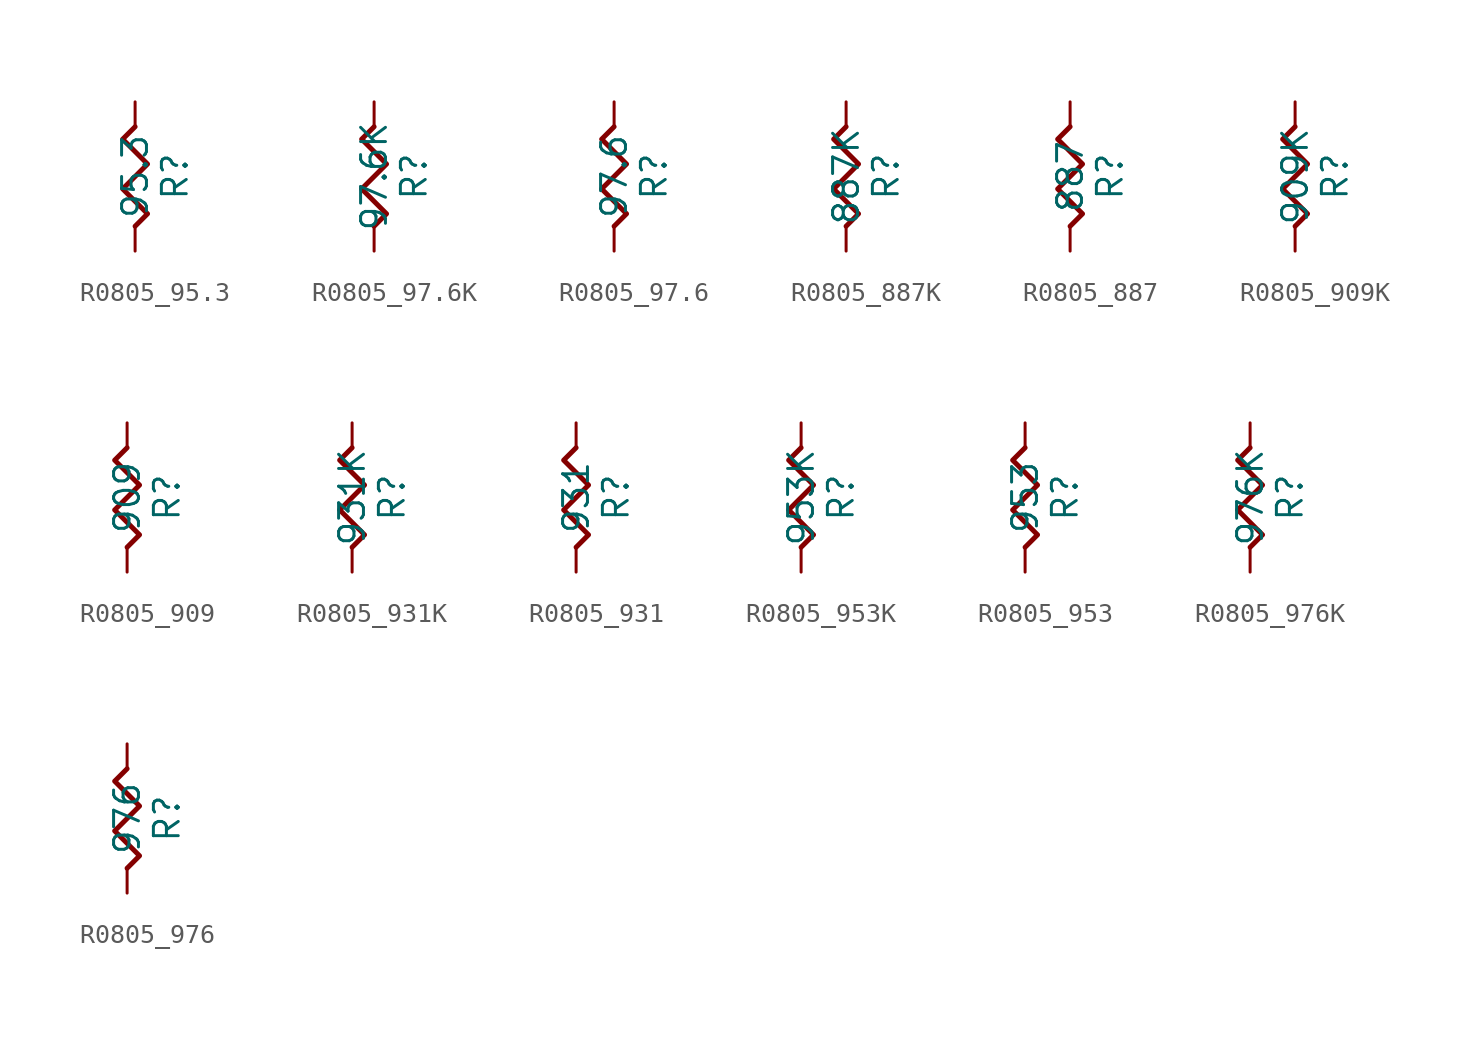
<source format=kicad_sym>
(kicad_symbol_lib
  (version 20211014)
  (generator atlantix-eda)
  (symbol "R0805_95.3"
    (pin_numbers hide)
    (pin_names
      (offset 0))
    (property "Reference" "R"
      (at 2.032 0 90)
      (effects (font (size 1.27 1.27))))
    (property "Value" "95.3"
      (at 0 0 90)
      (effects (font (size 1.27 1.27))))
    (symbol "R0805_95.3_0_1"
      (polyline (pts (xy 0 -2.54) (xy 0.635 -1.905) (xy -0.635 -0.635) (xy 0.635 0.635) (xy -0.635 1.905) (xy 0 2.54)) (stroke (width 0.254) (type default) (color 0 0 0 0)) (fill (type none))))
    (symbol "R0805_95.3_1_1"
      (pin passive line (at 0 3.81 270) (length 1.27) (name "~" (effects (font (size 1.27 1.27)))) (number "1" (effects (font (size 1.27 1.27)))))
      (pin passive line (at 0 -3.81 90) (length 1.27) (name "~" (effects (font (size 1.27 1.27)))) (number "2" (effects (font (size 1.27 1.27)))))))
  (symbol "R0805_97.6K"
    (pin_numbers hide)
    (pin_names
      (offset 0))
    (property "Reference" "R"
      (at 2.032 0 90)
      (effects (font (size 1.27 1.27))))
    (property "Value" "97.6K"
      (at 0 0 90)
      (effects (font (size 1.27 1.27))))
    (symbol "R0805_97.6K_0_1"
      (polyline (pts (xy 0 -2.54) (xy 0.635 -1.905) (xy -0.635 -0.635) (xy 0.635 0.635) (xy -0.635 1.905) (xy 0 2.54)) (stroke (width 0.254) (type default) (color 0 0 0 0)) (fill (type none))))
    (symbol "R0805_97.6K_1_1"
      (pin passive line (at 0 3.81 270) (length 1.27) (name "~" (effects (font (size 1.27 1.27)))) (number "1" (effects (font (size 1.27 1.27)))))
      (pin passive line (at 0 -3.81 90) (length 1.27) (name "~" (effects (font (size 1.27 1.27)))) (number "2" (effects (font (size 1.27 1.27)))))))
  (symbol "R0805_97.6"
    (pin_numbers hide)
    (pin_names
      (offset 0))
    (property "Reference" "R"
      (at 2.032 0 90)
      (effects (font (size 1.27 1.27))))
    (property "Value" "97.6"
      (at 0 0 90)
      (effects (font (size 1.27 1.27))))
    (symbol "R0805_97.6_0_1"
      (polyline (pts (xy 0 -2.54) (xy 0.635 -1.905) (xy -0.635 -0.635) (xy 0.635 0.635) (xy -0.635 1.905) (xy 0 2.54)) (stroke (width 0.254) (type default) (color 0 0 0 0)) (fill (type none))))
    (symbol "R0805_97.6_1_1"
      (pin passive line (at 0 3.81 270) (length 1.27) (name "~" (effects (font (size 1.27 1.27)))) (number "1" (effects (font (size 1.27 1.27)))))
      (pin passive line (at 0 -3.81 90) (length 1.27) (name "~" (effects (font (size 1.27 1.27)))) (number "2" (effects (font (size 1.27 1.27)))))))
  (symbol "R0805_887K"
    (pin_numbers hide)
    (pin_names
      (offset 0))
    (property "Reference" "R"
      (at 2.032 0 90)
      (effects (font (size 1.27 1.27))))
    (property "Value" "887K"
      (at 0 0 90)
      (effects (font (size 1.27 1.27))))
    (symbol "R0805_887K_0_1"
      (polyline (pts (xy 0 -2.54) (xy 0.635 -1.905) (xy -0.635 -0.635) (xy 0.635 0.635) (xy -0.635 1.905) (xy 0 2.54)) (stroke (width 0.254) (type default) (color 0 0 0 0)) (fill (type none))))
    (symbol "R0805_887K_1_1"
      (pin passive line (at 0 3.81 270) (length 1.27) (name "~" (effects (font (size 1.27 1.27)))) (number "1" (effects (font (size 1.27 1.27)))))
      (pin passive line (at 0 -3.81 90) (length 1.27) (name "~" (effects (font (size 1.27 1.27)))) (number "2" (effects (font (size 1.27 1.27)))))))
  (symbol "R0805_887"
    (pin_numbers hide)
    (pin_names
      (offset 0))
    (property "Reference" "R"
      (at 2.032 0 90)
      (effects (font (size 1.27 1.27))))
    (property "Value" "887"
      (at 0 0 90)
      (effects (font (size 1.27 1.27))))
    (symbol "R0805_887_0_1"
      (polyline (pts (xy 0 -2.54) (xy 0.635 -1.905) (xy -0.635 -0.635) (xy 0.635 0.635) (xy -0.635 1.905) (xy 0 2.54)) (stroke (width 0.254) (type default) (color 0 0 0 0)) (fill (type none))))
    (symbol "R0805_887_1_1"
      (pin passive line (at 0 3.81 270) (length 1.27) (name "~" (effects (font (size 1.27 1.27)))) (number "1" (effects (font (size 1.27 1.27)))))
      (pin passive line (at 0 -3.81 90) (length 1.27) (name "~" (effects (font (size 1.27 1.27)))) (number "2" (effects (font (size 1.27 1.27)))))))
  (symbol "R0805_909K"
    (pin_numbers hide)
    (pin_names
      (offset 0))
    (property "Reference" "R"
      (at 2.032 0 90)
      (effects (font (size 1.27 1.27))))
    (property "Value" "909K"
      (at 0 0 90)
      (effects (font (size 1.27 1.27))))
    (symbol "R0805_909K_0_1"
      (polyline (pts (xy 0 -2.54) (xy 0.635 -1.905) (xy -0.635 -0.635) (xy 0.635 0.635) (xy -0.635 1.905) (xy 0 2.54)) (stroke (width 0.254) (type default) (color 0 0 0 0)) (fill (type none))))
    (symbol "R0805_909K_1_1"
      (pin passive line (at 0 3.81 270) (length 1.27) (name "~" (effects (font (size 1.27 1.27)))) (number "1" (effects (font (size 1.27 1.27)))))
      (pin passive line (at 0 -3.81 90) (length 1.27) (name "~" (effects (font (size 1.27 1.27)))) (number "2" (effects (font (size 1.27 1.27)))))))
  (symbol "R0805_909"
    (pin_numbers hide)
    (pin_names
      (offset 0))
    (property "Reference" "R"
      (at 2.032 0 90)
      (effects (font (size 1.27 1.27))))
    (property "Value" "909"
      (at 0 0 90)
      (effects (font (size 1.27 1.27))))
    (symbol "R0805_909_0_1"
      (polyline (pts (xy 0 -2.54) (xy 0.635 -1.905) (xy -0.635 -0.635) (xy 0.635 0.635) (xy -0.635 1.905) (xy 0 2.54)) (stroke (width 0.254) (type default) (color 0 0 0 0)) (fill (type none))))
    (symbol "R0805_909_1_1"
      (pin passive line (at 0 3.81 270) (length 1.27) (name "~" (effects (font (size 1.27 1.27)))) (number "1" (effects (font (size 1.27 1.27)))))
      (pin passive line (at 0 -3.81 90) (length 1.27) (name "~" (effects (font (size 1.27 1.27)))) (number "2" (effects (font (size 1.27 1.27)))))))
  (symbol "R0805_931K"
    (pin_numbers hide)
    (pin_names
      (offset 0))
    (property "Reference" "R"
      (at 2.032 0 90)
      (effects (font (size 1.27 1.27))))
    (property "Value" "931K"
      (at 0 0 90)
      (effects (font (size 1.27 1.27))))
    (symbol "R0805_931K_0_1"
      (polyline (pts (xy 0 -2.54) (xy 0.635 -1.905) (xy -0.635 -0.635) (xy 0.635 0.635) (xy -0.635 1.905) (xy 0 2.54)) (stroke (width 0.254) (type default) (color 0 0 0 0)) (fill (type none))))
    (symbol "R0805_931K_1_1"
      (pin passive line (at 0 3.81 270) (length 1.27) (name "~" (effects (font (size 1.27 1.27)))) (number "1" (effects (font (size 1.27 1.27)))))
      (pin passive line (at 0 -3.81 90) (length 1.27) (name "~" (effects (font (size 1.27 1.27)))) (number "2" (effects (font (size 1.27 1.27)))))))
  (symbol "R0805_931"
    (pin_numbers hide)
    (pin_names
      (offset 0))
    (property "Reference" "R"
      (at 2.032 0 90)
      (effects (font (size 1.27 1.27))))
    (property "Value" "931"
      (at 0 0 90)
      (effects (font (size 1.27 1.27))))
    (symbol "R0805_931_0_1"
      (polyline (pts (xy 0 -2.54) (xy 0.635 -1.905) (xy -0.635 -0.635) (xy 0.635 0.635) (xy -0.635 1.905) (xy 0 2.54)) (stroke (width 0.254) (type default) (color 0 0 0 0)) (fill (type none))))
    (symbol "R0805_931_1_1"
      (pin passive line (at 0 3.81 270) (length 1.27) (name "~" (effects (font (size 1.27 1.27)))) (number "1" (effects (font (size 1.27 1.27)))))
      (pin passive line (at 0 -3.81 90) (length 1.27) (name "~" (effects (font (size 1.27 1.27)))) (number "2" (effects (font (size 1.27 1.27)))))))
  (symbol "R0805_953K"
    (pin_numbers hide)
    (pin_names
      (offset 0))
    (property "Reference" "R"
      (at 2.032 0 90)
      (effects (font (size 1.27 1.27))))
    (property "Value" "953K"
      (at 0 0 90)
      (effects (font (size 1.27 1.27))))
    (symbol "R0805_953K_0_1"
      (polyline (pts (xy 0 -2.54) (xy 0.635 -1.905) (xy -0.635 -0.635) (xy 0.635 0.635) (xy -0.635 1.905) (xy 0 2.54)) (stroke (width 0.254) (type default) (color 0 0 0 0)) (fill (type none))))
    (symbol "R0805_953K_1_1"
      (pin passive line (at 0 3.81 270) (length 1.27) (name "~" (effects (font (size 1.27 1.27)))) (number "1" (effects (font (size 1.27 1.27)))))
      (pin passive line (at 0 -3.81 90) (length 1.27) (name "~" (effects (font (size 1.27 1.27)))) (number "2" (effects (font (size 1.27 1.27)))))))
  (symbol "R0805_953"
    (pin_numbers hide)
    (pin_names
      (offset 0))
    (property "Reference" "R"
      (at 2.032 0 90)
      (effects (font (size 1.27 1.27))))
    (property "Value" "953"
      (at 0 0 90)
      (effects (font (size 1.27 1.27))))
    (symbol "R0805_953_0_1"
      (polyline (pts (xy 0 -2.54) (xy 0.635 -1.905) (xy -0.635 -0.635) (xy 0.635 0.635) (xy -0.635 1.905) (xy 0 2.54)) (stroke (width 0.254) (type default) (color 0 0 0 0)) (fill (type none))))
    (symbol "R0805_953_1_1"
      (pin passive line (at 0 3.81 270) (length 1.27) (name "~" (effects (font (size 1.27 1.27)))) (number "1" (effects (font (size 1.27 1.27)))))
      (pin passive line (at 0 -3.81 90) (length 1.27) (name "~" (effects (font (size 1.27 1.27)))) (number "2" (effects (font (size 1.27 1.27)))))))
  (symbol "R0805_976K"
    (pin_numbers hide)
    (pin_names
      (offset 0))
    (property "Reference" "R"
      (at 2.032 0 90)
      (effects (font (size 1.27 1.27))))
    (property "Value" "976K"
      (at 0 0 90)
      (effects (font (size 1.27 1.27))))
    (symbol "R0805_976K_0_1"
      (polyline (pts (xy 0 -2.54) (xy 0.635 -1.905) (xy -0.635 -0.635) (xy 0.635 0.635) (xy -0.635 1.905) (xy 0 2.54)) (stroke (width 0.254) (type default) (color 0 0 0 0)) (fill (type none))))
    (symbol "R0805_976K_1_1"
      (pin passive line (at 0 3.81 270) (length 1.27) (name "~" (effects (font (size 1.27 1.27)))) (number "1" (effects (font (size 1.27 1.27)))))
      (pin passive line (at 0 -3.81 90) (length 1.27) (name "~" (effects (font (size 1.27 1.27)))) (number "2" (effects (font (size 1.27 1.27)))))))
  (symbol "R0805_976"
    (pin_numbers hide)
    (pin_names
      (offset 0))
    (property "Reference" "R"
      (at 2.032 0 90)
      (effects (font (size 1.27 1.27))))
    (property "Value" "976"
      (at 0 0 90)
      (effects (font (size 1.27 1.27))))
    (symbol "R0805_976_0_1"
      (polyline (pts (xy 0 -2.54) (xy 0.635 -1.905) (xy -0.635 -0.635) (xy 0.635 0.635) (xy -0.635 1.905) (xy 0 2.54)) (stroke (width 0.254) (type default) (color 0 0 0 0)) (fill (type none))))
    (symbol "R0805_976_1_1"
      (pin passive line (at 0 3.81 270) (length 1.27) (name "~" (effects (font (size 1.27 1.27)))) (number "1" (effects (font (size 1.27 1.27)))))
      (pin passive line (at 0 -3.81 90) (length 1.27) (name "~" (effects (font (size 1.27 1.27)))) (number "2" (effects (font (size 1.27 1.27))))))))
</source>
